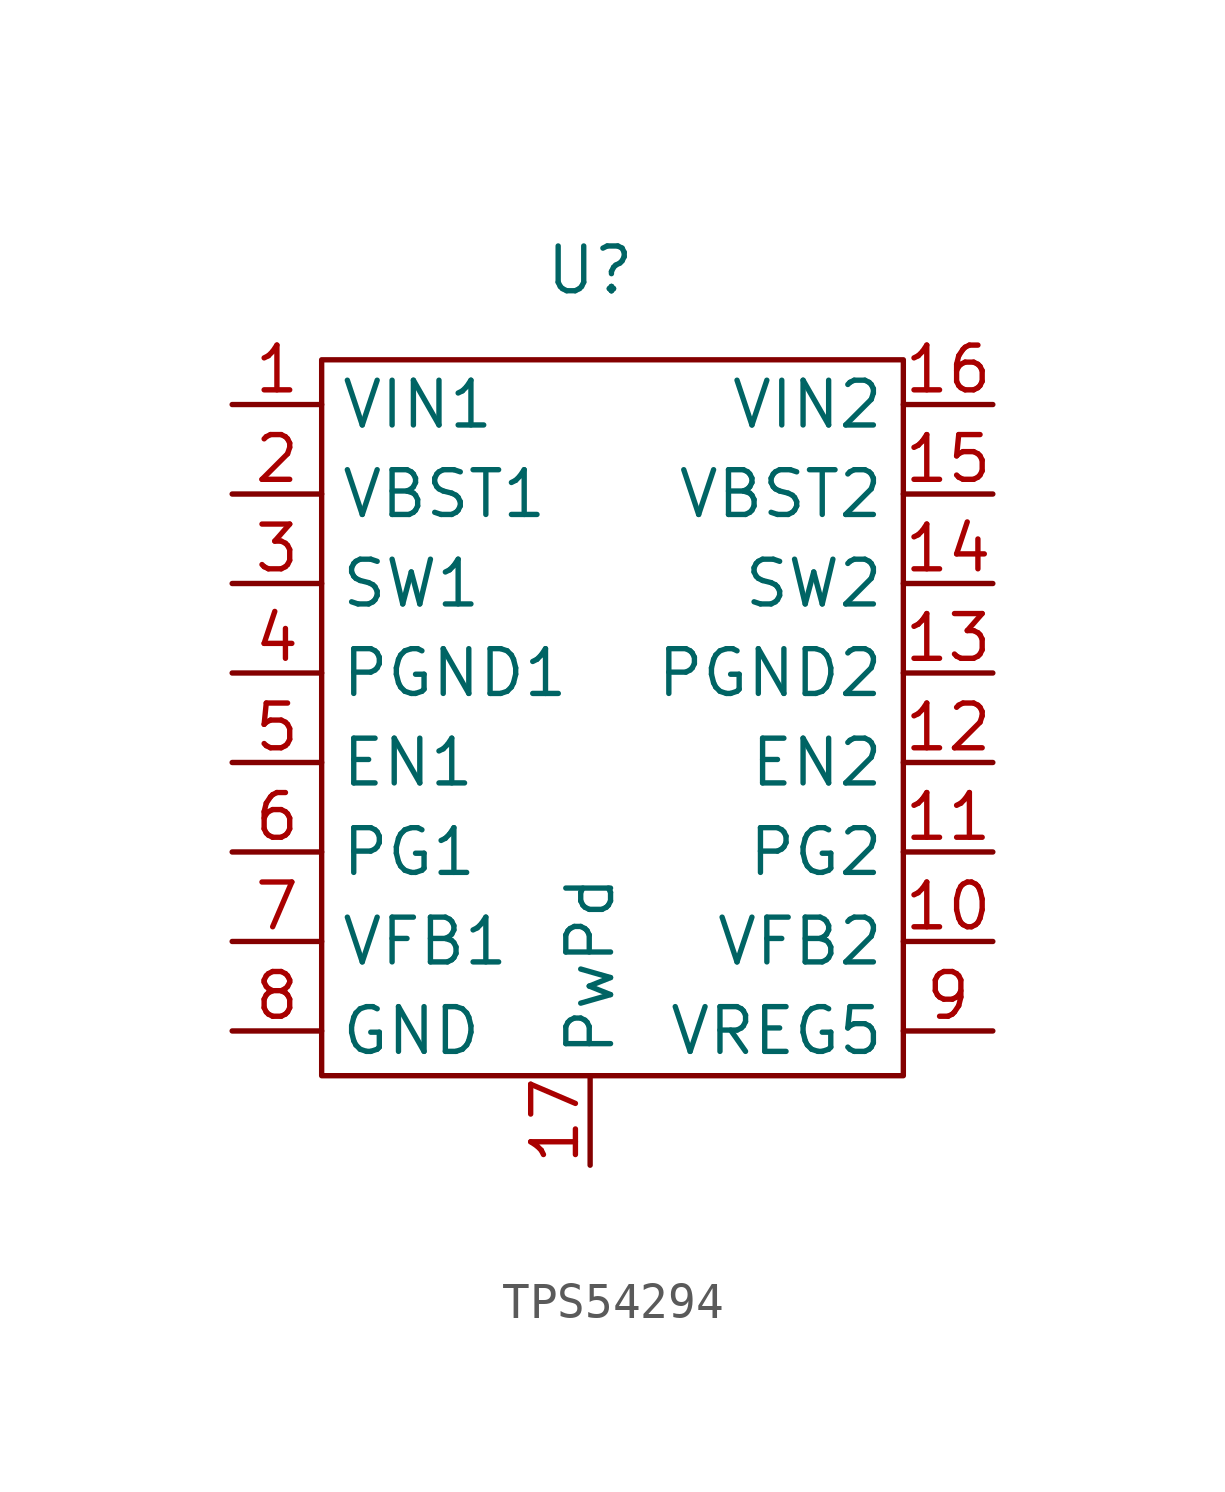
<source format=kicad_sym>
(kicad_symbol_lib
  (version 20220914)
  (generator kicad_symbol_editor)
  (symbol "TPS54294"
    (property "Reference" "U"
      (at 0 12.7 0)
      (effects (font (size 1.27 1.27))))
    (property "Value" ""
      (at 0 12.7 0)
      (effects (font (size 1.27 1.27))))
    (symbol "TPS54294_0_1"
      (rectangle (start -7.62 10.16) (end 8.89 -10.16) (stroke (width 0) (type default)) (fill (type none))))
    (symbol "TPS54294_1_1"
      (pin power_in line (at -10.16 8.89 0) (length 2.54) (name "VIN1" (effects (font (size 1.27 1.27)))) (number "1" (effects (font (size 1.27 1.27)))))
      (pin input line (at 11.43 -6.35 180) (length 2.54) (name "VFB2" (effects (font (size 1.27 1.27)))) (number "10" (effects (font (size 1.27 1.27)))))
      (pin output line (at 11.43 -3.81 180) (length 2.54) (name "PG2" (effects (font (size 1.27 1.27)))) (number "11" (effects (font (size 1.27 1.27)))))
      (pin input line (at 11.43 -1.27 180) (length 2.54) (name "EN2" (effects (font (size 1.27 1.27)))) (number "12" (effects (font (size 1.27 1.27)))))
      (pin bidirectional line (at 11.43 1.27 180) (length 2.54) (name "PGND2" (effects (font (size 1.27 1.27)))) (number "13" (effects (font (size 1.27 1.27)))))
      (pin bidirectional line (at 11.43 3.81 180) (length 2.54) (name "SW2" (effects (font (size 1.27 1.27)))) (number "14" (effects (font (size 1.27 1.27)))))
      (pin input line (at 11.43 6.35 180) (length 2.54) (name "VBST2" (effects (font (size 1.27 1.27)))) (number "15" (effects (font (size 1.27 1.27)))))
      (pin power_in line (at 11.43 8.89 180) (length 2.54) (name "VIN2" (effects (font (size 1.27 1.27)))) (number "16" (effects (font (size 1.27 1.27)))))
      (pin passive line (at 0 -12.7 90) (length 2.54) (name "PwPd" (effects (font (size 1.27 1.27)))) (number "17" (effects (font (size 1.27 1.27)))))
      (pin input line (at -10.16 6.35 0) (length 2.54) (name "VBST1" (effects (font (size 1.27 1.27)))) (number "2" (effects (font (size 1.27 1.27)))))
      (pin bidirectional line (at -10.16 3.81 0) (length 2.54) (name "SW1" (effects (font (size 1.27 1.27)))) (number "3" (effects (font (size 1.27 1.27)))))
      (pin bidirectional line (at -10.16 1.27 0) (length 2.54) (name "PGND1" (effects (font (size 1.27 1.27)))) (number "4" (effects (font (size 1.27 1.27)))))
      (pin input line (at -10.16 -1.27 0) (length 2.54) (name "EN1" (effects (font (size 1.27 1.27)))) (number "5" (effects (font (size 1.27 1.27)))))
      (pin output line (at -10.16 -3.81 0) (length 2.54) (name "PG1" (effects (font (size 1.27 1.27)))) (number "6" (effects (font (size 1.27 1.27)))))
      (pin input line (at -10.16 -6.35 0) (length 2.54) (name "VFB1" (effects (font (size 1.27 1.27)))) (number "7" (effects (font (size 1.27 1.27)))))
      (pin passive line (at -10.16 -8.89 0) (length 2.54) (name "GND" (effects (font (size 1.27 1.27)))) (number "8" (effects (font (size 1.27 1.27)))))
      (pin power_out line (at 11.43 -8.89 180) (length 2.54) (name "VREG5" (effects (font (size 1.27 1.27)))) (number "9" (effects (font (size 1.27 1.27))))))))
</source>
